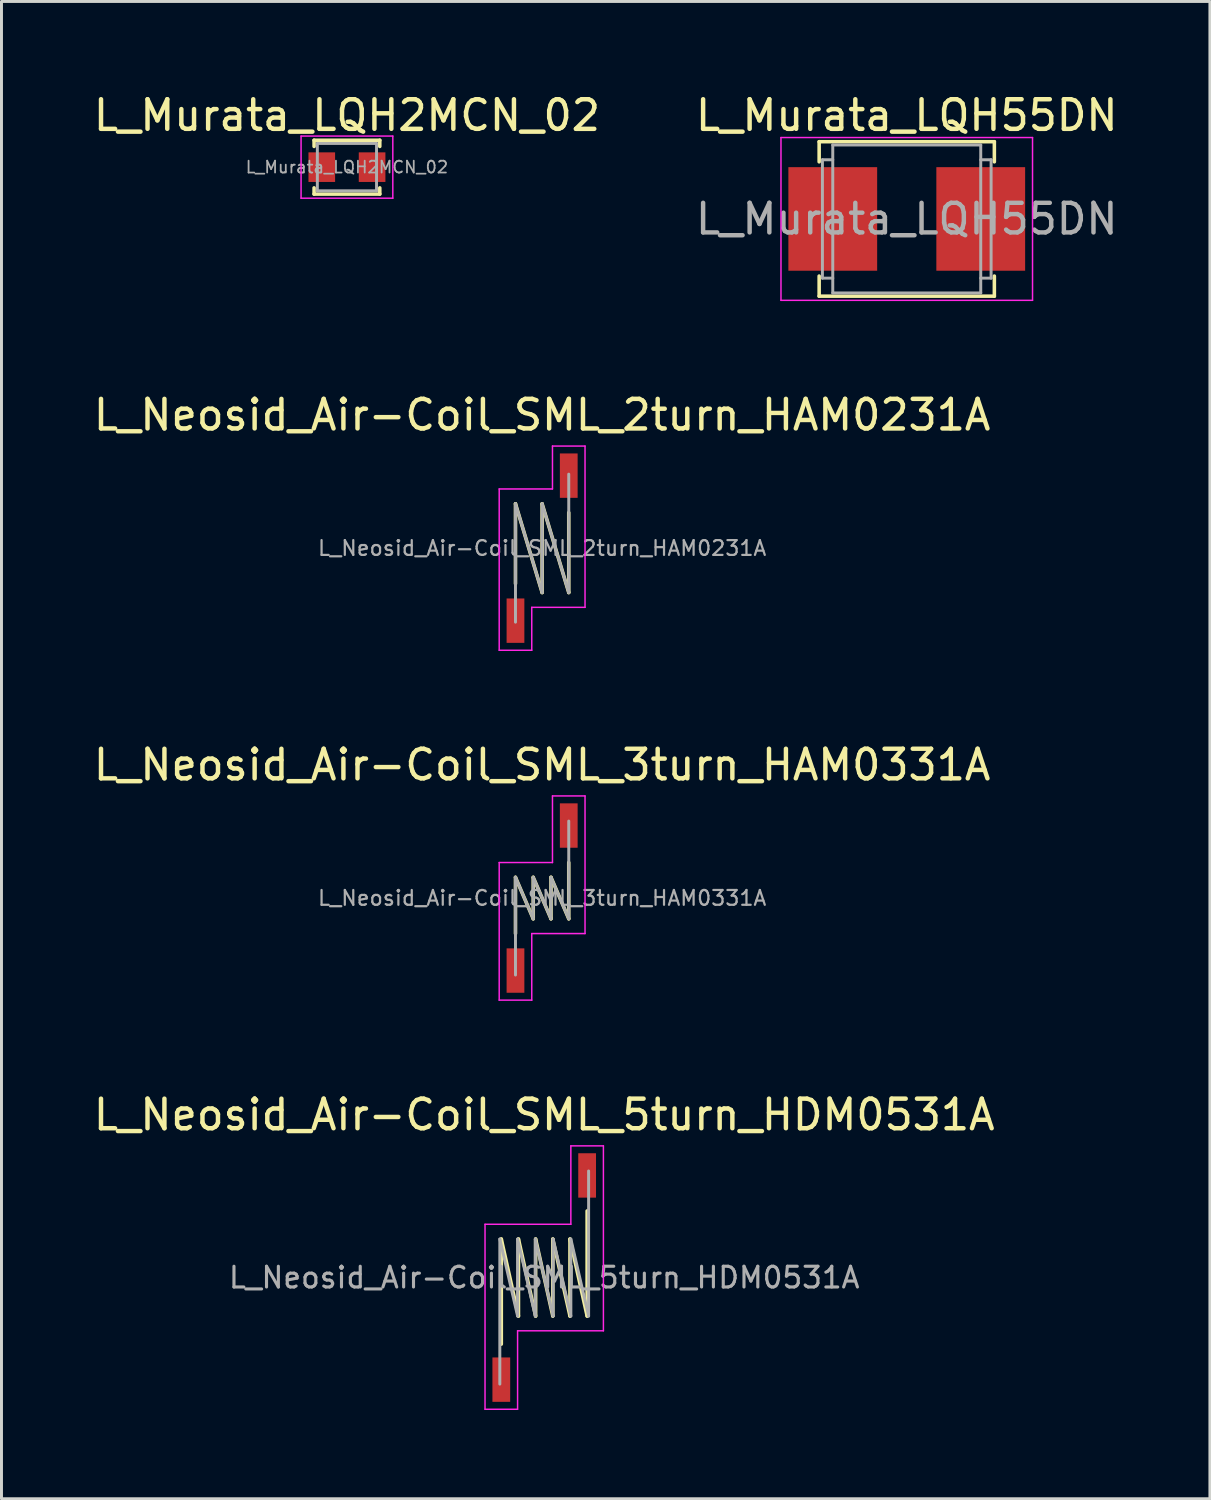
<source format=kicad_pcb>
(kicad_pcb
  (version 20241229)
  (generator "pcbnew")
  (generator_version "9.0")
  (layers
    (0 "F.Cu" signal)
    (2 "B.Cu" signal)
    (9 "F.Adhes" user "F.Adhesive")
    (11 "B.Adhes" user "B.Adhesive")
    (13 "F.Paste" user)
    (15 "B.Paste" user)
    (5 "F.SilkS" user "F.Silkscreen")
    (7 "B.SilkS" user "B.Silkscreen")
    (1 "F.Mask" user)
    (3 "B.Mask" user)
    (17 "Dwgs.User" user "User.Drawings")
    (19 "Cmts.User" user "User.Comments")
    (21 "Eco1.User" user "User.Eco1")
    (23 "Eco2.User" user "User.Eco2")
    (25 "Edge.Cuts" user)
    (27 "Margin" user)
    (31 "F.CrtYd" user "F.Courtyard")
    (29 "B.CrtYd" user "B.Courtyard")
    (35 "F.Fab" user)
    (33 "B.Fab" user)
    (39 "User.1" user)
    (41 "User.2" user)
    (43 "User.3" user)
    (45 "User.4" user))
  (footprint "L_Neosid_Air-Coil_SML_2turn_HAM0231A"
    (layer "F.Cu")
    (at 15.268 15.472)
    (property "Reference" "L_Neosid_Air-Coil_SML_2turn_HAM0231A" (at 0 -4.5 0) (layer "F.SilkS") (effects (font (size 1 1) (thickness 0.15))))
    (attr smd)
    (fp_line (start -0.9 -1.5) (end 0 1.5) (stroke (width 0.12) (type solid)) (layer "F.SilkS"))
    (fp_line (start -0.9 1.2) (end -0.9 -1.5) (stroke (width 0.12) (type solid)) (layer "F.SilkS"))
    (fp_line (start 0 -1.5) (end 0.9 1.5) (stroke (width 0.12) (type solid)) (layer "F.SilkS"))
    (fp_line (start 0 1.5) (end 0 -1.5) (stroke (width 0.12) (type solid)) (layer "F.SilkS"))
    (fp_line (start 0.9 -1.2) (end 0.9 1.5) (stroke (width 0.12) (type solid)) (layer "F.SilkS"))
    (fp_line (start -1.45 -2) (end -1.45 3.45) (stroke (width 0.05) (type solid)) (layer "F.CrtYd"))
    (fp_line (start -1.45 3.45) (end -0.35 3.45) (stroke (width 0.05) (type solid)) (layer "F.CrtYd"))
    (fp_line (start -0.35 2) (end 1.45 2) (stroke (width 0.05) (type solid)) (layer "F.CrtYd"))
    (fp_line (start -0.35 3.45) (end -0.35 2) (stroke (width 0.05) (type solid)) (layer "F.CrtYd"))
    (fp_line (start 0.35 -3.45) (end 0.35 -2) (stroke (width 0.05) (type solid)) (layer "F.CrtYd"))
    (fp_line (start 0.35 -2) (end -1.45 -2) (stroke (width 0.05) (type solid)) (layer "F.CrtYd"))
    (fp_line (start 1.45 -3.45) (end 0.35 -3.45) (stroke (width 0.05) (type solid)) (layer "F.CrtYd"))
    (fp_line (start 1.45 2) (end 1.45 -3.45) (stroke (width 0.05) (type solid)) (layer "F.CrtYd"))
    (fp_line (start -0.9 -1.5) (end 0 1.5) (stroke (width 0.1) (type solid)) (layer "F.Fab"))
    (fp_line (start -0.9 2.5) (end -0.9 -1.5) (stroke (width 0.1) (type solid)) (layer "F.Fab"))
    (fp_line (start 0 -1.5) (end 0.9 1.5) (stroke (width 0.1) (type solid)) (layer "F.Fab"))
    (fp_line (start 0 1.5) (end 0 -1.5) (stroke (width 0.1) (type solid)) (layer "F.Fab"))
    (fp_line (start 0.9 1.5) (end 0.9 -2.5) (stroke (width 0.1) (type solid)) (layer "F.Fab"))
    (fp_text user "${REFERENCE}" (at 0 0 0) (layer "F.Fab") (effects (font (size 0.5 0.5) (thickness 0.075))))
    (pad "1" smd rect (at -0.9 2.45) (size 0.6 1.5) (layers "F.Cu" "F.Mask" "F.Paste"))
    (pad "2" smd rect (at 0.9 -2.45) (size 0.6 1.5) (layers "F.Cu" "F.Mask" "F.Paste")))
  (footprint "L_Murata_LQH2MCN_02"
    (layer "F.Cu")
    (at 8.673 2.598)
    (property "Reference" "L_Murata_LQH2MCN_02" (at 0 -1.75 0) (layer "F.SilkS") (effects (font (size 1 1) (thickness 0.15))))
    (attr smd)
    (fp_line (start -1.11 -0.91) (end 1.11 -0.91) (stroke (width 0.12) (type solid)) (layer "F.SilkS"))
    (fp_line (start -1.11 -0.7) (end -1.11 -0.91) (stroke (width 0.12) (type solid)) (layer "F.SilkS"))
    (fp_line (start -1.11 0.91) (end -1.11 0.7) (stroke (width 0.12) (type solid)) (layer "F.SilkS"))
    (fp_line (start 1.11 -0.7) (end 1.11 -0.91) (stroke (width 0.12) (type solid)) (layer "F.SilkS"))
    (fp_line (start 1.11 0.7) (end 1.11 0.91) (stroke (width 0.12) (type solid)) (layer "F.SilkS"))
    (fp_line (start 1.11 0.91) (end -1.11 0.91) (stroke (width 0.12) (type solid)) (layer "F.SilkS"))
    (fp_line (start -1.55 -1.05) (end 1.55 -1.05) (stroke (width 0.05) (type solid)) (layer "F.CrtYd"))
    (fp_line (start -1.55 1.05) (end -1.55 -1.05) (stroke (width 0.05) (type solid)) (layer "F.CrtYd"))
    (fp_line (start 1.55 -1.05) (end 1.55 1.05) (stroke (width 0.05) (type solid)) (layer "F.CrtYd"))
    (fp_line (start 1.55 1.05) (end -1.55 1.05) (stroke (width 0.05) (type solid)) (layer "F.CrtYd"))
    (fp_line (start -1 -0.8) (end 1 -0.8) (stroke (width 0.1) (type solid)) (layer "F.Fab"))
    (fp_line (start -1 0.8) (end -1 -0.8) (stroke (width 0.1) (type solid)) (layer "F.Fab"))
    (fp_line (start 1 -0.8) (end 1 0.8) (stroke (width 0.1) (type solid)) (layer "F.Fab"))
    (fp_line (start 1 0.8) (end -1 0.8) (stroke (width 0.1) (type solid)) (layer "F.Fab"))
    (fp_text user "${REFERENCE}" (at 0 0 0) (layer "F.Fab") (effects (font (size 0.4 0.4) (thickness 0.06))))
    (pad "1" smd rect (at -0.85 0) (size 0.9 1) (layers "F.Cu" "F.Mask" "F.Paste"))
    (pad "2" smd rect (at 0.85 0) (size 0.9 1) (layers "F.Cu" "F.Mask" "F.Paste")))
  (footprint "L_Neosid_Air-Coil_SML_5turn_HDM0531A"
    (layer "F.Cu")
    (at 15.339 40.118)
    (property "Reference" "L_Neosid_Air-Coil_SML_5turn_HDM0531A" (at 0 -5.5 0) (layer "F.SilkS") (effects (font (size 1 1) (thickness 0.15))))
    (attr smd)
    (fp_line (start -1.45 -1.3) (end -1.45 2.25) (stroke (width 0.12) (type solid)) (layer "F.SilkS"))
    (fp_line (start -1.45 -1.3) (end -0.87 1.3) (stroke (width 0.12) (type solid)) (layer "F.SilkS"))
    (fp_line (start -0.87 -1.3) (end -0.87 1.3) (stroke (width 0.12) (type solid)) (layer "F.SilkS"))
    (fp_line (start -0.87 -1.3) (end -0.29 1.3) (stroke (width 0.12) (type solid)) (layer "F.SilkS"))
    (fp_line (start -0.29 -1.3) (end -0.29 1.3) (stroke (width 0.12) (type solid)) (layer "F.SilkS"))
    (fp_line (start -0.29 -1.3) (end 0.29 1.3) (stroke (width 0.12) (type solid)) (layer "F.SilkS"))
    (fp_line (start 0.29 -1.3) (end 0.29 1.3) (stroke (width 0.12) (type solid)) (layer "F.SilkS"))
    (fp_line (start 0.29 -1.3) (end 0.87 1.3) (stroke (width 0.12) (type solid)) (layer "F.SilkS"))
    (fp_line (start 0.87 -1.3) (end 0.87 1.3) (stroke (width 0.12) (type solid)) (layer "F.SilkS"))
    (fp_line (start 0.87 -1.3) (end 1.45 1.3) (stroke (width 0.12) (type solid)) (layer "F.SilkS"))
    (fp_line (start 1.45 1.3) (end 1.45 -2.25) (stroke (width 0.12) (type solid)) (layer "F.SilkS"))
    (fp_line (start -2 -1.8) (end -2 4.45) (stroke (width 0.05) (type solid)) (layer "F.CrtYd"))
    (fp_line (start -2 4.45) (end -0.9 4.45) (stroke (width 0.05) (type solid)) (layer "F.CrtYd"))
    (fp_line (start -0.9 1.8) (end 2 1.8) (stroke (width 0.05) (type solid)) (layer "F.CrtYd"))
    (fp_line (start -0.9 4.45) (end -0.9 1.8) (stroke (width 0.05) (type solid)) (layer "F.CrtYd"))
    (fp_line (start 0.9 -4.45) (end 0.9 -1.8) (stroke (width 0.05) (type solid)) (layer "F.CrtYd"))
    (fp_line (start 0.9 -1.8) (end -2 -1.8) (stroke (width 0.05) (type solid)) (layer "F.CrtYd"))
    (fp_line (start 2 -4.45) (end 0.9 -4.45) (stroke (width 0.05) (type solid)) (layer "F.CrtYd"))
    (fp_line (start 2 1.8) (end 2 -4.45) (stroke (width 0.05) (type solid)) (layer "F.CrtYd"))
    (fp_line (start -1.5 -1.3) (end -0.9 1.3) (stroke (width 0.1) (type solid)) (layer "F.Fab"))
    (fp_line (start -1.5 3.6) (end -1.5 -1.3) (stroke (width 0.1) (type solid)) (layer "F.Fab"))
    (fp_line (start -0.9 -1.3) (end -0.3 1.3) (stroke (width 0.1) (type solid)) (layer "F.Fab"))
    (fp_line (start -0.9 1.3) (end -0.9 -1.3) (stroke (width 0.1) (type solid)) (layer "F.Fab"))
    (fp_line (start -0.3 -1.3) (end 0.3 1.3) (stroke (width 0.1) (type solid)) (layer "F.Fab"))
    (fp_line (start -0.3 1.3) (end -0.3 -1.3) (stroke (width 0.1) (type solid)) (layer "F.Fab"))
    (fp_line (start 0.3 -1.3) (end 0.9 1.3) (stroke (width 0.1) (type solid)) (layer "F.Fab"))
    (fp_line (start 0.3 1.3) (end 0.3 -1.3) (stroke (width 0.1) (type solid)) (layer "F.Fab"))
    (fp_line (start 0.9 -1.3) (end 1.5 1.3) (stroke (width 0.1) (type solid)) (layer "F.Fab"))
    (fp_line (start 0.9 1.3) (end 0.9 -1.3) (stroke (width 0.1) (type solid)) (layer "F.Fab"))
    (fp_line (start 1.5 1.3) (end 1.5 -3.6) (stroke (width 0.1) (type solid)) (layer "F.Fab"))
    (fp_text user "${REFERENCE}" (at 0 0 0) (layer "F.Fab") (effects (font (size 0.7 0.7) (thickness 0.105))))
    (pad "1" smd rect (at -1.45 3.45) (size 0.6 1.5) (layers "F.Cu" "F.Mask" "F.Paste"))
    (pad "2" smd rect (at 1.45 -3.45) (size 0.6 1.5) (layers "F.Cu" "F.Mask" "F.Paste")))
  (footprint "L_Murata_LQH55DN"
    (layer "F.Cu")
    (at 27.589 4.348)
    (property "Reference" "L_Murata_LQH55DN" (at 0 -3.5 0) (layer "F.SilkS") (effects (font (size 1 1) (thickness 0.15))))
    (attr smd)
    (fp_line (start -2.96 -2.61) (end -2.96 -1.93) (stroke (width 0.12) (type solid)) (layer "F.SilkS"))
    (fp_line (start -2.96 -2.61) (end 2.96 -2.61) (stroke (width 0.12) (type solid)) (layer "F.SilkS"))
    (fp_line (start -2.96 1.93) (end -2.96 2.61) (stroke (width 0.12) (type solid)) (layer "F.SilkS"))
    (fp_line (start -2.96 2.61) (end 2.96 2.61) (stroke (width 0.12) (type solid)) (layer "F.SilkS"))
    (fp_line (start 2.96 -2.61) (end 2.96 -1.93) (stroke (width 0.12) (type solid)) (layer "F.SilkS"))
    (fp_line (start 2.96 1.93) (end 2.96 2.61) (stroke (width 0.12) (type solid)) (layer "F.SilkS"))
    (fp_line (start -4.25 -2.75) (end -4.25 2.75) (stroke (width 0.05) (type solid)) (layer "F.CrtYd"))
    (fp_line (start -4.25 2.75) (end 4.25 2.75) (stroke (width 0.05) (type solid)) (layer "F.CrtYd"))
    (fp_line (start 4.25 -2.75) (end -4.25 -2.75) (stroke (width 0.05) (type solid)) (layer "F.CrtYd"))
    (fp_line (start 4.25 2.75) (end 4.25 -2.75) (stroke (width 0.05) (type solid)) (layer "F.CrtYd"))
    (fp_line (start -2.85 -2) (end -2.85 2) (stroke (width 0.1) (type solid)) (layer "F.Fab"))
    (fp_line (start -2.85 -2) (end -2.5 -2) (stroke (width 0.1) (type solid)) (layer "F.Fab"))
    (fp_line (start -2.85 2) (end -2.5 2) (stroke (width 0.1) (type solid)) (layer "F.Fab"))
    (fp_line (start -2.5 -2.5) (end -2.5 2.5) (stroke (width 0.1) (type solid)) (layer "F.Fab"))
    (fp_line (start -2.5 -2.5) (end 2.5 -2.5) (stroke (width 0.1) (type solid)) (layer "F.Fab"))
    (fp_line (start -2.5 2.5) (end 2.5 2.5) (stroke (width 0.1) (type solid)) (layer "F.Fab"))
    (fp_line (start 2.5 -2.5) (end 2.5 2.5) (stroke (width 0.1) (type solid)) (layer "F.Fab"))
    (fp_line (start 2.85 -2) (end 2.5 -2) (stroke (width 0.1) (type solid)) (layer "F.Fab"))
    (fp_line (start 2.85 -2) (end 2.85 2) (stroke (width 0.1) (type solid)) (layer "F.Fab"))
    (fp_line (start 2.85 2) (end 2.5 2) (stroke (width 0.1) (type solid)) (layer "F.Fab"))
    (fp_text user "${REFERENCE}" (at 0 0 0) (layer "F.Fab") (effects (font (size 1 1) (thickness 0.15))))
    (pad "1" smd rect (at -2.5 0) (size 3 3.5) (layers "F.Cu" "F.Mask" "F.Paste"))
    (pad "2" smd rect (at 2.5 0) (size 3 3.5) (layers "F.Cu" "F.Mask" "F.Paste")))
  (footprint "L_Neosid_Air-Coil_SML_3turn_HAM0331A"
    (layer "F.Cu")
    (at 15.268 27.295)
    (property "Reference" "L_Neosid_Air-Coil_SML_3turn_HAM0331A" (at 0 -4.5 0) (layer "F.SilkS") (effects (font (size 1 1) (thickness 0.15))))
    (attr smd)
    (fp_line (start -0.9 -0.7) (end -0.3 0.7) (stroke (width 0.12) (type solid)) (layer "F.SilkS"))
    (fp_line (start -0.9 1.2) (end -0.9 -0.7) (stroke (width 0.12) (type solid)) (layer "F.SilkS"))
    (fp_line (start -0.3 -0.7) (end 0.3 0.7) (stroke (width 0.12) (type solid)) (layer "F.SilkS"))
    (fp_line (start -0.3 0.7) (end -0.3 -0.7) (stroke (width 0.12) (type solid)) (layer "F.SilkS"))
    (fp_line (start 0.3 -0.7) (end 0.9 0.7) (stroke (width 0.12) (type solid)) (layer "F.SilkS"))
    (fp_line (start 0.3 0.7) (end 0.3 -0.7) (stroke (width 0.12) (type solid)) (layer "F.SilkS"))
    (fp_line (start 0.9 -1.2) (end 0.9 0.7) (stroke (width 0.12) (type solid)) (layer "F.SilkS"))
    (fp_line (start -1.45 -1.2) (end -1.45 3.45) (stroke (width 0.05) (type solid)) (layer "F.CrtYd"))
    (fp_line (start -1.45 3.45) (end -0.35 3.45) (stroke (width 0.05) (type solid)) (layer "F.CrtYd"))
    (fp_line (start -0.35 1.2) (end 1.45 1.2) (stroke (width 0.05) (type solid)) (layer "F.CrtYd"))
    (fp_line (start -0.35 3.45) (end -0.35 1.2) (stroke (width 0.05) (type solid)) (layer "F.CrtYd"))
    (fp_line (start 0.35 -3.45) (end 0.35 -1.2) (stroke (width 0.05) (type solid)) (layer "F.CrtYd"))
    (fp_line (start 0.35 -1.2) (end -1.45 -1.2) (stroke (width 0.05) (type solid)) (layer "F.CrtYd"))
    (fp_line (start 1.45 -3.45) (end 0.35 -3.45) (stroke (width 0.05) (type solid)) (layer "F.CrtYd"))
    (fp_line (start 1.45 1.2) (end 1.45 -3.45) (stroke (width 0.05) (type solid)) (layer "F.CrtYd"))
    (fp_line (start -0.9 -0.7) (end -0.3 0.7) (stroke (width 0.1) (type solid)) (layer "F.Fab"))
    (fp_line (start -0.9 2.6) (end -0.9 -0.7) (stroke (width 0.1) (type solid)) (layer "F.Fab"))
    (fp_line (start -0.3 -0.7) (end 0.3 0.7) (stroke (width 0.1) (type solid)) (layer "F.Fab"))
    (fp_line (start -0.3 0.7) (end -0.3 -0.7) (stroke (width 0.1) (type solid)) (layer "F.Fab"))
    (fp_line (start 0.3 -0.7) (end 0.9 0.7) (stroke (width 0.1) (type solid)) (layer "F.Fab"))
    (fp_line (start 0.3 0.7) (end 0.3 -0.7) (stroke (width 0.1) (type solid)) (layer "F.Fab"))
    (fp_line (start 0.9 0.7) (end 0.9 -2.6) (stroke (width 0.1) (type solid)) (layer "F.Fab"))
    (fp_text user "${REFERENCE}" (at 0 0 0) (layer "F.Fab") (effects (font (size 0.5 0.5) (thickness 0.075))))
    (pad "1" smd rect (at -0.9 2.45) (size 0.6 1.5) (layers "F.Cu" "F.Mask" "F.Paste"))
    (pad "2" smd rect (at 0.9 -2.45) (size 0.6 1.5) (layers "F.Cu" "F.Mask" "F.Paste")))
  (gr_rect
    (start -3 -3)
    (end 37.833 47.593)
    (stroke (width 0.1) (type default))
    (fill no)
    (layer "Edge.Cuts")))
</source>
